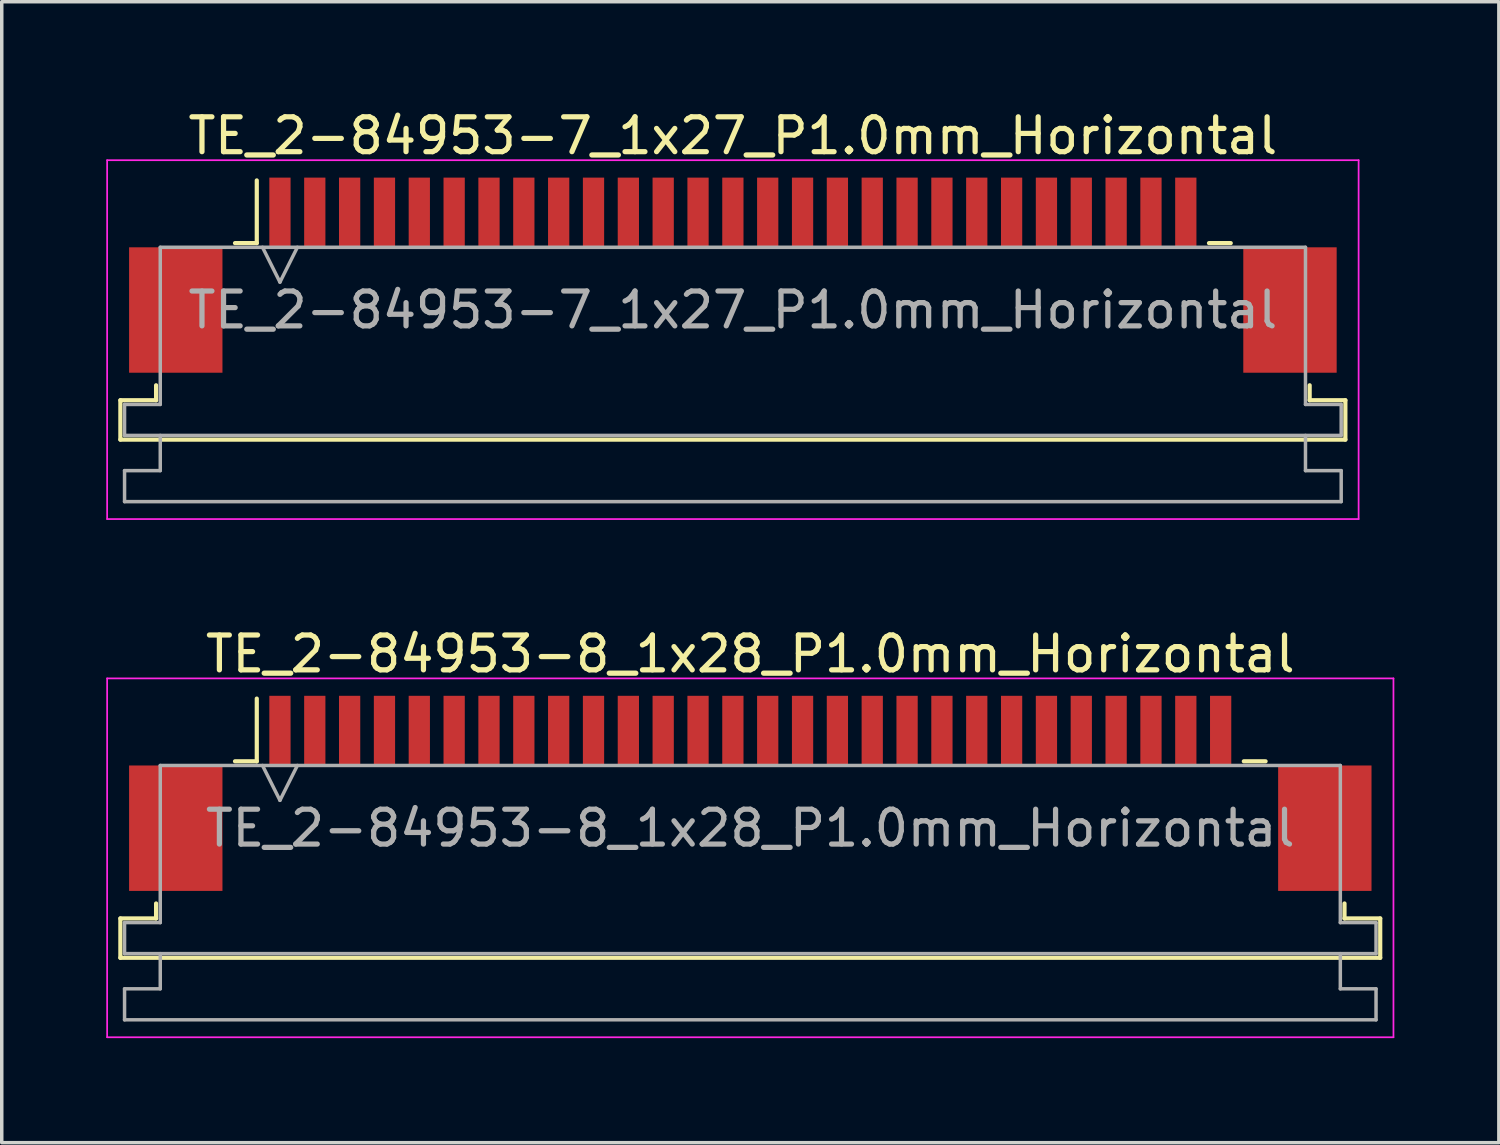
<source format=kicad_pcb>
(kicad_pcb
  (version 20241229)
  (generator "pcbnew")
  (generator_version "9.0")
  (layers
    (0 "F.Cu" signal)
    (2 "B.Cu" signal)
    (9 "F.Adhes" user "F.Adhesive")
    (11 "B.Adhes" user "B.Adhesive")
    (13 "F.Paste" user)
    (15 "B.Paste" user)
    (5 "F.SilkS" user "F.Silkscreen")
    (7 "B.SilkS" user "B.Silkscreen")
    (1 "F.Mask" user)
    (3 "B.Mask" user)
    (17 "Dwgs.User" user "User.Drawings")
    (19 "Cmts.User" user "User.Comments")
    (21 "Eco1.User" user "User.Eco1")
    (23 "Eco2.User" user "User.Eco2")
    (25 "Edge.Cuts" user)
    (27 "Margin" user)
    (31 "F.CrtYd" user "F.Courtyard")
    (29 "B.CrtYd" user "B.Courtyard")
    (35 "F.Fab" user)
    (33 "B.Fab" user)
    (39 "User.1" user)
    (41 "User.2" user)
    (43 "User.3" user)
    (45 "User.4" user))
  (footprint "TE_2-84953-7_1x27_P1.0mm_Horizontal"
    (layer "F.Cu")
    (at 17.985 4.848)
    (property "Reference" "TE_2-84953-7_1x27_P1.0mm_Horizontal" (at 0 -4 0) (layer "F.SilkS") (effects (font (size 1 1) (thickness 0.15))))
    (attr smd)
    (fp_line (start -17.58 3.59) (end -16.555 3.59) (stroke (width 0.12) (type solid)) (layer "F.SilkS"))
    (fp_line (start -17.58 4.72) (end -17.58 3.59) (stroke (width 0.12) (type solid)) (layer "F.SilkS"))
    (fp_line (start -16.555 3.59) (end -16.555 3.16) (stroke (width 0.12) (type solid)) (layer "F.SilkS"))
    (fp_line (start -14.29 -0.92) (end -13.665 -0.92) (stroke (width 0.12) (type solid)) (layer "F.SilkS"))
    (fp_line (start -13.665 -0.92) (end -13.665 -2.72) (stroke (width 0.12) (type solid)) (layer "F.SilkS"))
    (fp_line (start 13.665 -0.92) (end 14.29 -0.92) (stroke (width 0.12) (type solid)) (layer "F.SilkS"))
    (fp_line (start 16.555 3.16) (end 16.555 3.59) (stroke (width 0.12) (type solid)) (layer "F.SilkS"))
    (fp_line (start 16.555 3.59) (end 17.58 3.59) (stroke (width 0.12) (type solid)) (layer "F.SilkS"))
    (fp_line (start 17.58 3.59) (end 17.58 4.72) (stroke (width 0.12) (type solid)) (layer "F.SilkS"))
    (fp_line (start 17.58 4.72) (end -17.58 4.72) (stroke (width 0.12) (type solid)) (layer "F.SilkS"))
    (fp_line (start -17.96 -3.3) (end -17.96 7) (stroke (width 0.05) (type solid)) (layer "F.CrtYd"))
    (fp_line (start -17.96 7) (end 17.96 7) (stroke (width 0.05) (type solid)) (layer "F.CrtYd"))
    (fp_line (start 17.96 -3.3) (end -17.96 -3.3) (stroke (width 0.05) (type solid)) (layer "F.CrtYd"))
    (fp_line (start 17.96 7) (end 17.96 -3.3) (stroke (width 0.05) (type solid)) (layer "F.CrtYd"))
    (fp_line (start -17.46 3.71) (end -16.435 3.71) (stroke (width 0.1) (type solid)) (layer "F.Fab"))
    (fp_line (start -17.46 4.6) (end -17.46 3.71) (stroke (width 0.1) (type solid)) (layer "F.Fab"))
    (fp_line (start -17.46 5.61) (end -16.435 5.61) (stroke (width 0.1) (type solid)) (layer "F.Fab"))
    (fp_line (start -17.46 6.5) (end -17.46 5.61) (stroke (width 0.1) (type solid)) (layer "F.Fab"))
    (fp_line (start -16.435 -0.8) (end 16.435 -0.8) (stroke (width 0.1) (type solid)) (layer "F.Fab"))
    (fp_line (start -16.435 3.71) (end -16.435 -0.8) (stroke (width 0.1) (type solid)) (layer "F.Fab"))
    (fp_line (start -16.435 5.61) (end -16.435 4.6) (stroke (width 0.1) (type solid)) (layer "F.Fab"))
    (fp_line (start -13.5 -0.8) (end -13 0.2) (stroke (width 0.1) (type solid)) (layer "F.Fab"))
    (fp_line (start -13 0.2) (end -12.5 -0.8) (stroke (width 0.1) (type solid)) (layer "F.Fab"))
    (fp_line (start 16.435 -0.8) (end 16.435 3.71) (stroke (width 0.1) (type solid)) (layer "F.Fab"))
    (fp_line (start 16.435 3.71) (end 17.46 3.71) (stroke (width 0.1) (type solid)) (layer "F.Fab"))
    (fp_line (start 16.435 4.6) (end 16.435 5.61) (stroke (width 0.1) (type solid)) (layer "F.Fab"))
    (fp_line (start 16.435 5.61) (end 17.46 5.61) (stroke (width 0.1) (type solid)) (layer "F.Fab"))
    (fp_line (start 17.46 3.71) (end 17.46 4.6) (stroke (width 0.1) (type solid)) (layer "F.Fab"))
    (fp_line (start 17.46 4.6) (end -17.46 4.6) (stroke (width 0.1) (type solid)) (layer "F.Fab"))
    (fp_line (start 17.46 5.61) (end 17.46 6.5) (stroke (width 0.1) (type solid)) (layer "F.Fab"))
    (fp_line (start 17.46 6.5) (end -17.46 6.5) (stroke (width 0.1) (type solid)) (layer "F.Fab"))
    (fp_text user "${REFERENCE}" (at 0 1 0) (layer "F.Fab") (effects (font (size 1 1) (thickness 0.15))))
    (pad "" smd rect (at -15.99 1) (size 2.68 3.6) (layers "F.Cu" "F.Mask" "F.Paste"))
    (pad "" smd rect (at 15.99 1) (size 2.68 3.6) (layers "F.Cu" "F.Mask" "F.Paste"))
    (pad "1" smd rect (at -13 -1.8) (size 0.61 2) (layers "F.Cu" "F.Mask" "F.Paste"))
    (pad "2" smd rect (at -12 -1.8) (size 0.61 2) (layers "F.Cu" "F.Mask" "F.Paste"))
    (pad "3" smd rect (at -11 -1.8) (size 0.61 2) (layers "F.Cu" "F.Mask" "F.Paste"))
    (pad "4" smd rect (at -10 -1.8) (size 0.61 2) (layers "F.Cu" "F.Mask" "F.Paste"))
    (pad "5" smd rect (at -9 -1.8) (size 0.61 2) (layers "F.Cu" "F.Mask" "F.Paste"))
    (pad "6" smd rect (at -8 -1.8) (size 0.61 2) (layers "F.Cu" "F.Mask" "F.Paste"))
    (pad "7" smd rect (at -7 -1.8) (size 0.61 2) (layers "F.Cu" "F.Mask" "F.Paste"))
    (pad "8" smd rect (at -6 -1.8) (size 0.61 2) (layers "F.Cu" "F.Mask" "F.Paste"))
    (pad "9" smd rect (at -5 -1.8) (size 0.61 2) (layers "F.Cu" "F.Mask" "F.Paste"))
    (pad "10" smd rect (at -4 -1.8) (size 0.61 2) (layers "F.Cu" "F.Mask" "F.Paste"))
    (pad "11" smd rect (at -3 -1.8) (size 0.61 2) (layers "F.Cu" "F.Mask" "F.Paste"))
    (pad "12" smd rect (at -2 -1.8) (size 0.61 2) (layers "F.Cu" "F.Mask" "F.Paste"))
    (pad "13" smd rect (at -1 -1.8) (size 0.61 2) (layers "F.Cu" "F.Mask" "F.Paste"))
    (pad "14" smd rect (at 0 -1.8) (size 0.61 2) (layers "F.Cu" "F.Mask" "F.Paste"))
    (pad "15" smd rect (at 1 -1.8) (size 0.61 2) (layers "F.Cu" "F.Mask" "F.Paste"))
    (pad "16" smd rect (at 2 -1.8) (size 0.61 2) (layers "F.Cu" "F.Mask" "F.Paste"))
    (pad "17" smd rect (at 3 -1.8) (size 0.61 2) (layers "F.Cu" "F.Mask" "F.Paste"))
    (pad "18" smd rect (at 4 -1.8) (size 0.61 2) (layers "F.Cu" "F.Mask" "F.Paste"))
    (pad "19" smd rect (at 5 -1.8) (size 0.61 2) (layers "F.Cu" "F.Mask" "F.Paste"))
    (pad "20" smd rect (at 6 -1.8) (size 0.61 2) (layers "F.Cu" "F.Mask" "F.Paste"))
    (pad "21" smd rect (at 7 -1.8) (size 0.61 2) (layers "F.Cu" "F.Mask" "F.Paste"))
    (pad "22" smd rect (at 8 -1.8) (size 0.61 2) (layers "F.Cu" "F.Mask" "F.Paste"))
    (pad "23" smd rect (at 9 -1.8) (size 0.61 2) (layers "F.Cu" "F.Mask" "F.Paste"))
    (pad "24" smd rect (at 10 -1.8) (size 0.61 2) (layers "F.Cu" "F.Mask" "F.Paste"))
    (pad "25" smd rect (at 11 -1.8) (size 0.61 2) (layers "F.Cu" "F.Mask" "F.Paste"))
    (pad "26" smd rect (at 12 -1.8) (size 0.61 2) (layers "F.Cu" "F.Mask" "F.Paste"))
    (pad "27" smd rect (at 13 -1.8) (size 0.61 2) (layers "F.Cu" "F.Mask" "F.Paste")))
  (footprint "TE_2-84953-8_1x28_P1.0mm_Horizontal"
    (layer "F.Cu")
    (at 18.485 19.721)
    (property "Reference" "TE_2-84953-8_1x28_P1.0mm_Horizontal" (at 0 -4 0) (layer "F.SilkS") (effects (font (size 1 1) (thickness 0.15))))
    (attr smd)
    (fp_line (start -18.08 3.59) (end -17.055 3.59) (stroke (width 0.12) (type solid)) (layer "F.SilkS"))
    (fp_line (start -18.08 4.72) (end -18.08 3.59) (stroke (width 0.12) (type solid)) (layer "F.SilkS"))
    (fp_line (start -17.055 3.59) (end -17.055 3.16) (stroke (width 0.12) (type solid)) (layer "F.SilkS"))
    (fp_line (start -14.79 -0.92) (end -14.165 -0.92) (stroke (width 0.12) (type solid)) (layer "F.SilkS"))
    (fp_line (start -14.165 -0.92) (end -14.165 -2.72) (stroke (width 0.12) (type solid)) (layer "F.SilkS"))
    (fp_line (start 14.165 -0.92) (end 14.79 -0.92) (stroke (width 0.12) (type solid)) (layer "F.SilkS"))
    (fp_line (start 17.055 3.16) (end 17.055 3.59) (stroke (width 0.12) (type solid)) (layer "F.SilkS"))
    (fp_line (start 17.055 3.59) (end 18.08 3.59) (stroke (width 0.12) (type solid)) (layer "F.SilkS"))
    (fp_line (start 18.08 3.59) (end 18.08 4.72) (stroke (width 0.12) (type solid)) (layer "F.SilkS"))
    (fp_line (start 18.08 4.72) (end -18.08 4.72) (stroke (width 0.12) (type solid)) (layer "F.SilkS"))
    (fp_line (start -18.46 -3.3) (end -18.46 7) (stroke (width 0.05) (type solid)) (layer "F.CrtYd"))
    (fp_line (start -18.46 7) (end 18.46 7) (stroke (width 0.05) (type solid)) (layer "F.CrtYd"))
    (fp_line (start 18.46 -3.3) (end -18.46 -3.3) (stroke (width 0.05) (type solid)) (layer "F.CrtYd"))
    (fp_line (start 18.46 7) (end 18.46 -3.3) (stroke (width 0.05) (type solid)) (layer "F.CrtYd"))
    (fp_line (start -17.96 3.71) (end -16.935 3.71) (stroke (width 0.1) (type solid)) (layer "F.Fab"))
    (fp_line (start -17.96 4.6) (end -17.96 3.71) (stroke (width 0.1) (type solid)) (layer "F.Fab"))
    (fp_line (start -17.96 5.61) (end -16.935 5.61) (stroke (width 0.1) (type solid)) (layer "F.Fab"))
    (fp_line (start -17.96 6.5) (end -17.96 5.61) (stroke (width 0.1) (type solid)) (layer "F.Fab"))
    (fp_line (start -16.935 -0.8) (end 16.935 -0.8) (stroke (width 0.1) (type solid)) (layer "F.Fab"))
    (fp_line (start -16.935 3.71) (end -16.935 -0.8) (stroke (width 0.1) (type solid)) (layer "F.Fab"))
    (fp_line (start -16.935 5.61) (end -16.935 4.6) (stroke (width 0.1) (type solid)) (layer "F.Fab"))
    (fp_line (start -14 -0.8) (end -13.5 0.2) (stroke (width 0.1) (type solid)) (layer "F.Fab"))
    (fp_line (start -13.5 0.2) (end -13 -0.8) (stroke (width 0.1) (type solid)) (layer "F.Fab"))
    (fp_line (start 16.935 -0.8) (end 16.935 3.71) (stroke (width 0.1) (type solid)) (layer "F.Fab"))
    (fp_line (start 16.935 3.71) (end 17.96 3.71) (stroke (width 0.1) (type solid)) (layer "F.Fab"))
    (fp_line (start 16.935 4.6) (end 16.935 5.61) (stroke (width 0.1) (type solid)) (layer "F.Fab"))
    (fp_line (start 16.935 5.61) (end 17.96 5.61) (stroke (width 0.1) (type solid)) (layer "F.Fab"))
    (fp_line (start 17.96 3.71) (end 17.96 4.6) (stroke (width 0.1) (type solid)) (layer "F.Fab"))
    (fp_line (start 17.96 4.6) (end -17.96 4.6) (stroke (width 0.1) (type solid)) (layer "F.Fab"))
    (fp_line (start 17.96 5.61) (end 17.96 6.5) (stroke (width 0.1) (type solid)) (layer "F.Fab"))
    (fp_line (start 17.96 6.5) (end -17.96 6.5) (stroke (width 0.1) (type solid)) (layer "F.Fab"))
    (fp_text user "${REFERENCE}" (at 0 1 0) (layer "F.Fab") (effects (font (size 1 1) (thickness 0.15))))
    (pad "" smd rect (at -16.49 1) (size 2.68 3.6) (layers "F.Cu" "F.Mask" "F.Paste"))
    (pad "" smd rect (at 16.49 1) (size 2.68 3.6) (layers "F.Cu" "F.Mask" "F.Paste"))
    (pad "1" smd rect (at -13.5 -1.8) (size 0.61 2) (layers "F.Cu" "F.Mask" "F.Paste"))
    (pad "2" smd rect (at -12.5 -1.8) (size 0.61 2) (layers "F.Cu" "F.Mask" "F.Paste"))
    (pad "3" smd rect (at -11.5 -1.8) (size 0.61 2) (layers "F.Cu" "F.Mask" "F.Paste"))
    (pad "4" smd rect (at -10.5 -1.8) (size 0.61 2) (layers "F.Cu" "F.Mask" "F.Paste"))
    (pad "5" smd rect (at -9.5 -1.8) (size 0.61 2) (layers "F.Cu" "F.Mask" "F.Paste"))
    (pad "6" smd rect (at -8.5 -1.8) (size 0.61 2) (layers "F.Cu" "F.Mask" "F.Paste"))
    (pad "7" smd rect (at -7.5 -1.8) (size 0.61 2) (layers "F.Cu" "F.Mask" "F.Paste"))
    (pad "8" smd rect (at -6.5 -1.8) (size 0.61 2) (layers "F.Cu" "F.Mask" "F.Paste"))
    (pad "9" smd rect (at -5.5 -1.8) (size 0.61 2) (layers "F.Cu" "F.Mask" "F.Paste"))
    (pad "10" smd rect (at -4.5 -1.8) (size 0.61 2) (layers "F.Cu" "F.Mask" "F.Paste"))
    (pad "11" smd rect (at -3.5 -1.8) (size 0.61 2) (layers "F.Cu" "F.Mask" "F.Paste"))
    (pad "12" smd rect (at -2.5 -1.8) (size 0.61 2) (layers "F.Cu" "F.Mask" "F.Paste"))
    (pad "13" smd rect (at -1.5 -1.8) (size 0.61 2) (layers "F.Cu" "F.Mask" "F.Paste"))
    (pad "14" smd rect (at -0.5 -1.8) (size 0.61 2) (layers "F.Cu" "F.Mask" "F.Paste"))
    (pad "15" smd rect (at 0.5 -1.8) (size 0.61 2) (layers "F.Cu" "F.Mask" "F.Paste"))
    (pad "16" smd rect (at 1.5 -1.8) (size 0.61 2) (layers "F.Cu" "F.Mask" "F.Paste"))
    (pad "17" smd rect (at 2.5 -1.8) (size 0.61 2) (layers "F.Cu" "F.Mask" "F.Paste"))
    (pad "18" smd rect (at 3.5 -1.8) (size 0.61 2) (layers "F.Cu" "F.Mask" "F.Paste"))
    (pad "19" smd rect (at 4.5 -1.8) (size 0.61 2) (layers "F.Cu" "F.Mask" "F.Paste"))
    (pad "20" smd rect (at 5.5 -1.8) (size 0.61 2) (layers "F.Cu" "F.Mask" "F.Paste"))
    (pad "21" smd rect (at 6.5 -1.8) (size 0.61 2) (layers "F.Cu" "F.Mask" "F.Paste"))
    (pad "22" smd rect (at 7.5 -1.8) (size 0.61 2) (layers "F.Cu" "F.Mask" "F.Paste"))
    (pad "23" smd rect (at 8.5 -1.8) (size 0.61 2) (layers "F.Cu" "F.Mask" "F.Paste"))
    (pad "24" smd rect (at 9.5 -1.8) (size 0.61 2) (layers "F.Cu" "F.Mask" "F.Paste"))
    (pad "25" smd rect (at 10.5 -1.8) (size 0.61 2) (layers "F.Cu" "F.Mask" "F.Paste"))
    (pad "26" smd rect (at 11.5 -1.8) (size 0.61 2) (layers "F.Cu" "F.Mask" "F.Paste"))
    (pad "27" smd rect (at 12.5 -1.8) (size 0.61 2) (layers "F.Cu" "F.Mask" "F.Paste"))
    (pad "28" smd rect (at 13.5 -1.8) (size 0.61 2) (layers "F.Cu" "F.Mask" "F.Paste")))
  (gr_rect
    (start -3 -3)
    (end 39.97 29.747)
    (stroke (width 0.1) (type default))
    (fill no)
    (layer "Edge.Cuts")))
</source>
